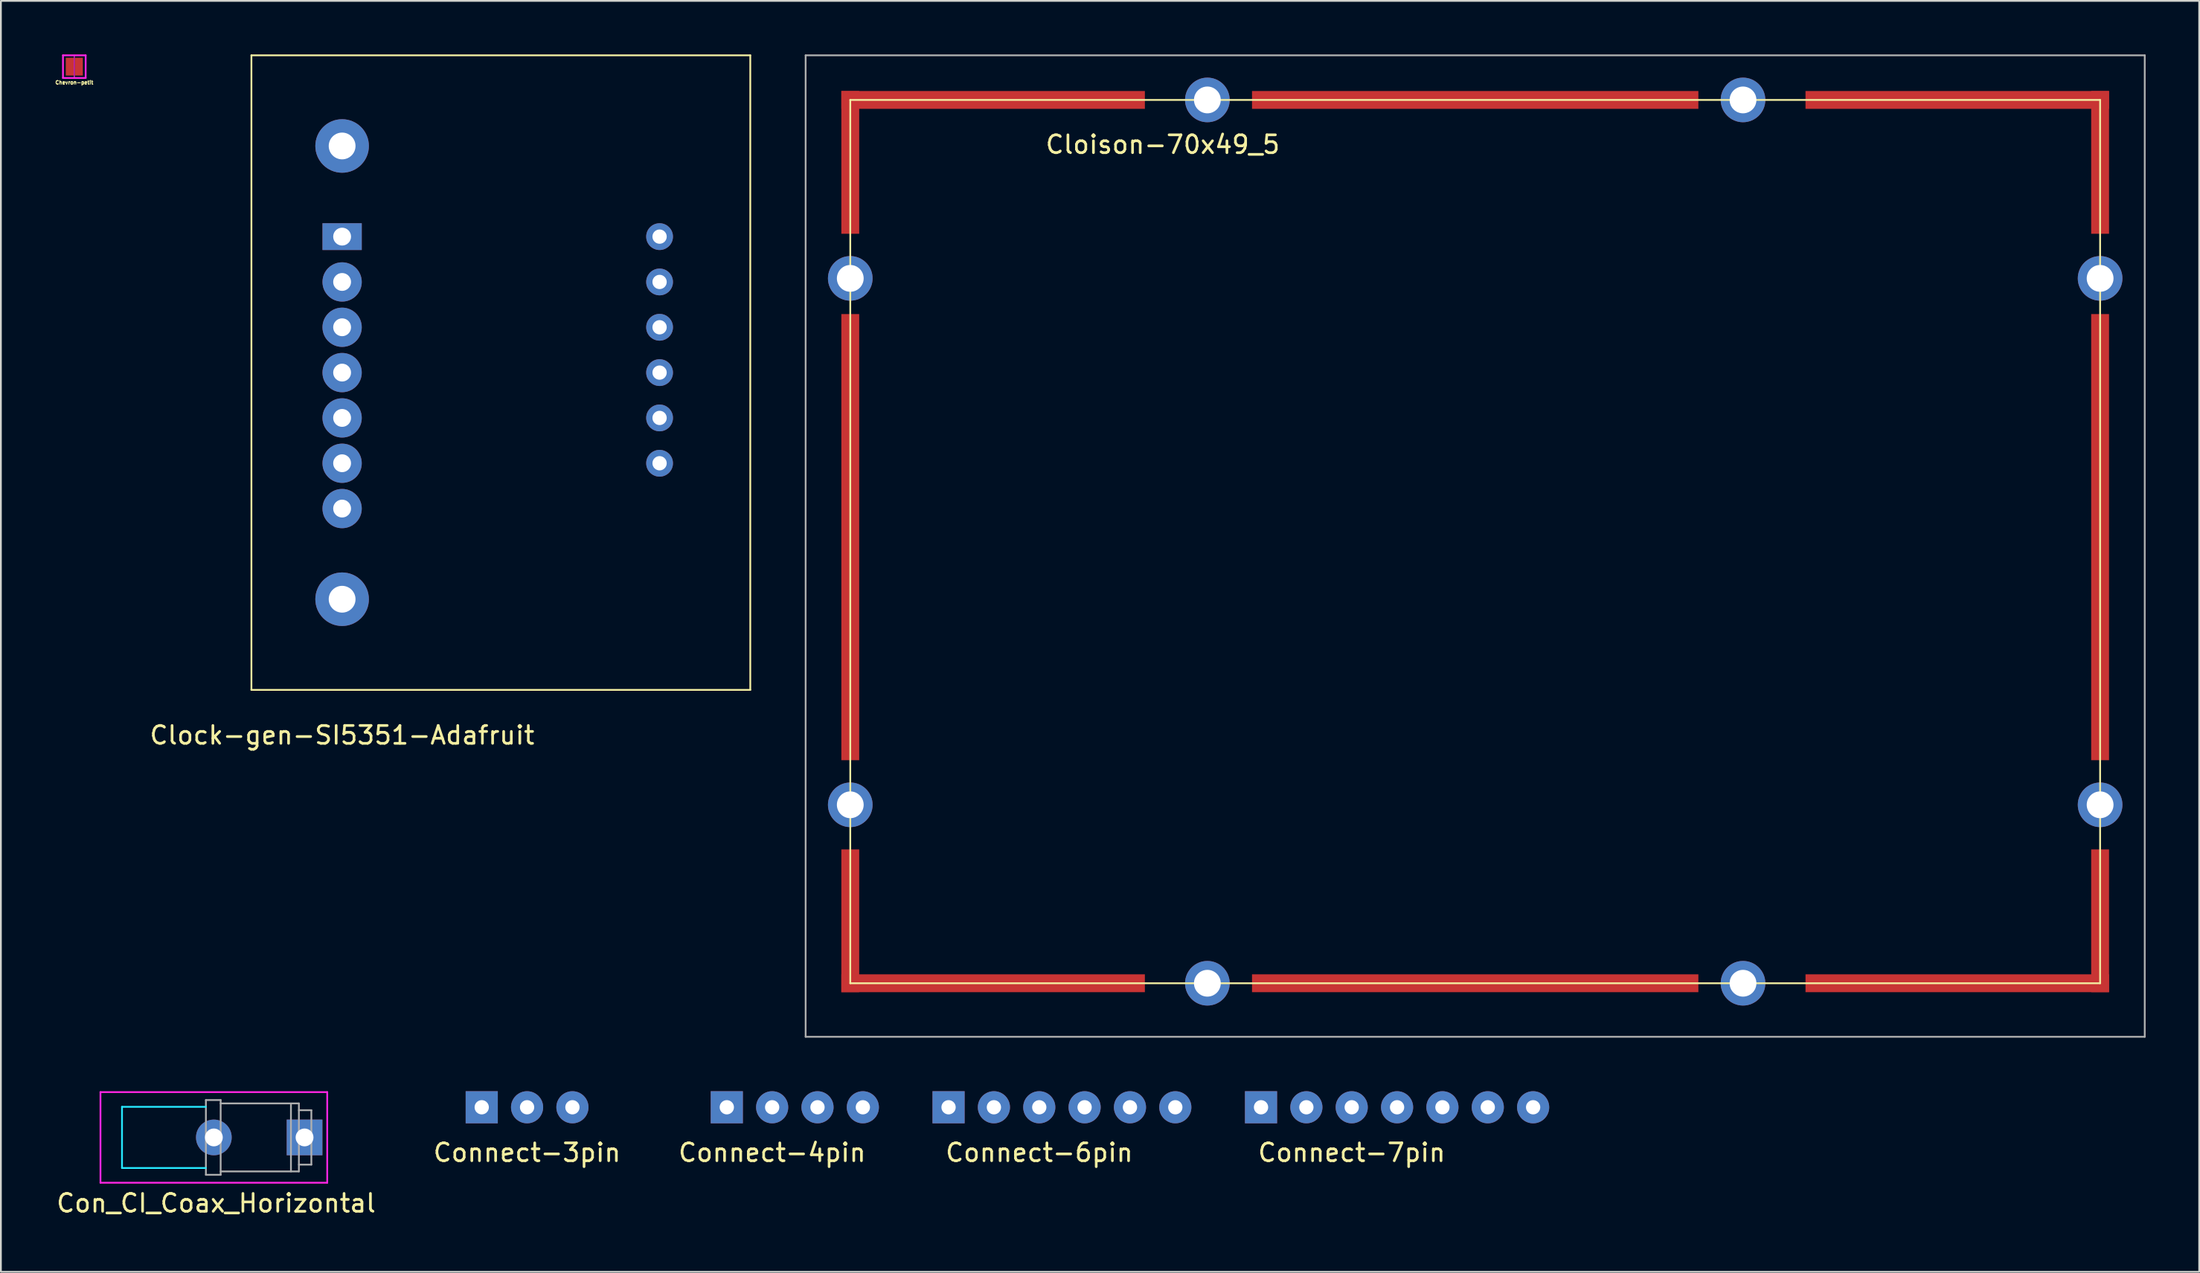
<source format=kicad_pcb>
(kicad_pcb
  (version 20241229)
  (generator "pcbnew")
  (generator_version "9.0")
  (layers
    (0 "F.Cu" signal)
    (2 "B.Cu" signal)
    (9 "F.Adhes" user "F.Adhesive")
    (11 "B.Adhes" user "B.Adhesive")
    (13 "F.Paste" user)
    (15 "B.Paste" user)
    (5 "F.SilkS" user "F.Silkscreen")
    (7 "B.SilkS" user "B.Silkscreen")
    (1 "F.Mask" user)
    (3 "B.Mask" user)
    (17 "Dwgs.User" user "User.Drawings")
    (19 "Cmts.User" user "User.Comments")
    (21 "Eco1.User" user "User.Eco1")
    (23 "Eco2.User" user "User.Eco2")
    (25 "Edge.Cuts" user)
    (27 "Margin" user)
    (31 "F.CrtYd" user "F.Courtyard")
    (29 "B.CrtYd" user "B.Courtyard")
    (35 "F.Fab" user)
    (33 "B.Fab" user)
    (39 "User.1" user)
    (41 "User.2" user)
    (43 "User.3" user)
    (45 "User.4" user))
  (footprint "Con_CI_Coax_Horizontal"
    (layer "F.Cu")
    (at 8.927 60.69)
    (property "Reference" "Con_CI_Coax_Horizontal" (at 0.127 3.683 0) (layer "F.SilkS") (effects (font (size 1 1) (thickness 0.15))))
    (attr through_hole)
    (fp_line (start -5.144 -1.714) (end -5.144 1.714) (stroke (width 0.1) (type solid)) (layer "B.CrtYd"))
    (fp_line (start -5.144 1.714) (end -0.445 1.714) (stroke (width 0.1) (type solid)) (layer "B.CrtYd"))
    (fp_line (start -0.445 -1.714) (end -5.144 -1.714) (stroke (width 0.1) (type solid)) (layer "B.CrtYd"))
    (fp_line (start -6.35 -2.54) (end 6.35 -2.54) (stroke (width 0.1) (type solid)) (layer "F.CrtYd"))
    (fp_line (start -6.35 2.54) (end -6.35 -2.54) (stroke (width 0.1) (type solid)) (layer "F.CrtYd"))
    (fp_line (start 6.35 -2.54) (end 6.35 2.54) (stroke (width 0.1) (type solid)) (layer "F.CrtYd"))
    (fp_line (start 6.35 2.54) (end -6.35 2.54) (stroke (width 0.1) (type solid)) (layer "F.CrtYd"))
    (fp_line (start -0.445 -2.095) (end 0.381 -2.095) (stroke (width 0.1) (type solid)) (layer "F.Fab"))
    (fp_line (start -0.445 2.095) (end -0.445 -2.095) (stroke (width 0.1) (type solid)) (layer "F.Fab"))
    (fp_line (start 0.381 -2.095) (end 0.381 2.095) (stroke (width 0.1) (type solid)) (layer "F.Fab"))
    (fp_line (start 0.381 -1.905) (end 4.763 -1.905) (stroke (width 0.1) (type solid)) (layer "F.Fab"))
    (fp_line (start 0.381 2.095) (end -0.445 2.095) (stroke (width 0.1) (type solid)) (layer "F.Fab"))
    (fp_line (start 4.318 -1.841) (end 4.318 1.905) (stroke (width 0.1) (type solid)) (layer "F.Fab"))
    (fp_line (start 4.763 -1.905) (end 4.763 1.905) (stroke (width 0.1) (type solid)) (layer "F.Fab"))
    (fp_line (start 4.763 -1.524) (end 5.461 -1.524) (stroke (width 0.1) (type solid)) (layer "F.Fab"))
    (fp_line (start 4.763 1.905) (end 0.381 1.905) (stroke (width 0.1) (type solid)) (layer "F.Fab"))
    (fp_line (start 5.461 -1.524) (end 5.461 1.524) (stroke (width 0.1) (type solid)) (layer "F.Fab"))
    (fp_line (start 5.461 1.524) (end 4.763 1.524) (stroke (width 0.1) (type solid)) (layer "F.Fab"))
    (pad "1" thru_hole rect (at 5.08 0) (size 2 2) (drill 1) (layers "*.Cu" "*.Mask"))
    (pad "2" thru_hole circle (at 0 0) (size 2 2) (drill 1) (layers "*.Cu" "*.Mask")))
  (footprint "Clock-gen-SI5351-Adafruit"
    (layer "F.Cu")
    (at 16.111 10.21)
    (property "Reference" "Clock-gen-SI5351-Adafruit" (at 0 27.94 0) (layer "F.SilkS") (effects (font (size 1 1) (thickness 0.15))))
    (attr through_hole)
    (fp_line (start -5.08 -10.16) (end 22.86 -10.16) (stroke (width 0.1) (type solid)) (layer "F.SilkS"))
    (fp_line (start -5.08 25.4) (end -5.08 -10.16) (stroke (width 0.1) (type solid)) (layer "F.SilkS"))
    (fp_line (start 22.86 -10.16) (end 22.86 25.4) (stroke (width 0.1) (type solid)) (layer "F.SilkS"))
    (fp_line (start 22.86 25.4) (end -5.08 25.4) (stroke (width 0.1) (type solid)) (layer "F.SilkS"))
    (pad "0" thru_hole rect (at 0 0) (size 2.2 1.5) (drill 1) (layers "*.Cu" "*.Mask"))
    (pad "1" thru_hole circle (at 0 2.54) (size 2.2 2.2) (drill 1) (layers "*.Cu" "*.Mask"))
    (pad "2" thru_hole circle (at 0 5.08) (size 2.2 2.2) (drill 1) (layers "*.Cu" "*.Mask"))
    (pad "3" thru_hole circle (at 0 7.62) (size 2.2 2.2) (drill 1) (layers "*.Cu" "*.Mask"))
    (pad "4" thru_hole circle (at 0 10.16) (size 2.2 2.2) (drill 1) (layers "*.Cu" "*.Mask"))
    (pad "5" thru_hole circle (at 0 12.7) (size 2.2 2.2) (drill 1) (layers "*.Cu" "*.Mask"))
    (pad "6" thru_hole circle (at 0 15.24) (size 2.2 2.2) (drill 1) (layers "*.Cu" "*.Mask"))
    (pad "7" thru_hole circle (at 17.78 0) (size 1.5 1.5) (drill 0.8) (layers "*.Cu" "*.Mask"))
    (pad "8" thru_hole circle (at 17.78 2.54) (size 1.5 1.5) (drill 0.8) (layers "*.Cu" "*.Mask"))
    (pad "9" thru_hole circle (at 17.78 5.08) (size 1.5 1.5) (drill 0.8) (layers "*.Cu" "*.Mask"))
    (pad "10" thru_hole circle (at 17.78 7.62) (size 1.5 1.5) (drill 0.8) (layers "*.Cu" "*.Mask"))
    (pad "11" thru_hole circle (at 17.78 10.16) (size 1.5 1.5) (drill 0.8) (layers "*.Cu" "*.Mask"))
    (pad "12" thru_hole circle (at 17.78 12.7) (size 1.5 1.5) (drill 0.8) (layers "*.Cu" "*.Mask"))
    (pad "GND" thru_hole circle (at 0 -5.08) (size 3 3) (drill 1.5) (layers "*.Cu" "*.Mask"))
    (pad "GND" thru_hole circle (at 0 20.32) (size 3 3) (drill 1.5) (layers "*.Cu" "*.Mask")))
  (footprint "Chevron-petit"
    (layer "F.Cu")
    (at 0.858 0.685)
    (property "Reference" "Chevron-petit" (at 0.254 0.889 0) (layer "F.SilkS") (effects (font (size 0.2 0.2) (thickness 0.05))))
    (attr through_hole)
    (fp_line (start -0.381 -0.635) (end 0.889 -0.635) (stroke (width 0.1) (type solid)) (layer "F.CrtYd"))
    (fp_line (start -0.381 0.635) (end -0.381 -0.635) (stroke (width 0.1) (type solid)) (layer "F.CrtYd"))
    (fp_line (start 0.254 -0.635) (end 0.254 0.635) (stroke (width 0.05) (type solid)) (layer "F.CrtYd"))
    (fp_line (start 0.889 -0.635) (end 0.889 0.635) (stroke (width 0.1) (type solid)) (layer "F.CrtYd"))
    (fp_line (start 0.889 0.635) (end -0.381 0.635) (stroke (width 0.1) (type solid)) (layer "F.CrtYd"))
    (pad "1" smd rect (at 0 0) (size 0.45 1) (layers "F.Cu" "F.Mask" "F.Paste"))
    (pad "2" smd rect (at 0.508 0) (size 0.45 1) (layers "F.Cu" "F.Mask" "F.Paste")))
  (footprint "Connect-6pin"
    (layer "F.Cu")
    (at 55.156 59)
    (property "Reference" "Connect-6pin" (at 0 2.54 0) (layer "F.SilkS") (effects (font (size 1 1) (thickness 0.15))))
    (attr through_hole)
    (pad "1" thru_hole rect (at -5.08 0) (size 1.8 1.8) (drill 0.8) (layers "*.Cu" "*.Mask"))
    (pad "2" thru_hole circle (at -2.54 0) (size 1.8 1.8) (drill 0.8) (layers "*.Cu" "*.Mask"))
    (pad "3" thru_hole circle (at 0 0) (size 1.8 1.8) (drill 0.8) (layers "*.Cu" "*.Mask"))
    (pad "4" thru_hole circle (at 2.54 0) (size 1.8 1.8) (drill 0.8) (layers "*.Cu" "*.Mask"))
    (pad "5" thru_hole circle (at 5.08 0) (size 1.8 1.8) (drill 0.8) (layers "*.Cu" "*.Mask"))
    (pad "6" thru_hole circle (at 7.62 0) (size 1.8 1.8) (drill 0.8) (layers "*.Cu" "*.Mask")))
  (footprint "Connect-4pin"
    (layer "F.Cu")
    (at 40.196 59)
    (property "Reference" "Connect-4pin" (at 0 2.54 0) (layer "F.SilkS") (effects (font (size 1 1) (thickness 0.15))))
    (attr through_hole)
    (pad "1" thru_hole rect (at -2.54 0) (size 1.8 1.8) (drill 0.8) (layers "*.Cu" "*.Mask"))
    (pad "2" thru_hole circle (at 0 0) (size 1.8 1.8) (drill 0.8) (layers "*.Cu" "*.Mask"))
    (pad "3" thru_hole circle (at 2.54 0) (size 1.8 1.8) (drill 0.8) (layers "*.Cu" "*.Mask"))
    (pad "4" thru_hole circle (at 5.08 0) (size 1.8 1.8) (drill 0.8) (layers "*.Cu" "*.Mask")))
  (footprint "Cloison-70x49_5"
    (layer "F.Cu")
    (at 44.571 2.55)
    (property "Reference" "Cloison-70x49_5" (at 17.5 2.5 0) (layer "F.SilkS") (effects (font (size 1 1) (thickness 0.15))))
    (attr through_hole)
    (fp_line (start 0 0) (end 70 0) (stroke (width 0.1) (type solid)) (layer "F.SilkS"))
    (fp_line (start 0 49.5) (end 0 0) (stroke (width 0.1) (type solid)) (layer "F.SilkS"))
    (fp_line (start 70 0) (end 70 49.5) (stroke (width 0.1) (type solid)) (layer "F.SilkS"))
    (fp_line (start 70 49.5) (end 0 49.5) (stroke (width 0.1) (type solid)) (layer "F.SilkS"))
    (fp_line (start -2.5 -2.5) (end 72.5 -2.5) (stroke (width 0.1) (type solid)) (layer "F.Fab"))
    (fp_line (start -2.5 52.5) (end -2.5 -2.5) (stroke (width 0.1) (type solid)) (layer "F.Fab"))
    (fp_line (start 72.5 -2.5) (end 72.5 52.5) (stroke (width 0.1) (type solid)) (layer "F.Fab"))
    (fp_line (start 72.5 52.5) (end -2.5 52.5) (stroke (width 0.1) (type solid)) (layer "F.Fab"))
    (pad "1" smd custom (at 0 3.5) (size 1 8) (layers "F.Cu" "F.Mask" "F.Paste") (options (anchor rect)) (primitives))
    (pad "1" thru_hole circle (at 0 10) (size 2.5 2.5) (drill 1.5) (layers "*.Cu" "*.Mask"))
    (pad "1" smd custom (at 0 24.5) (size 1 25) (layers "F.Cu" "F.Mask" "F.Paste") (options (anchor rect)) (primitives))
    (pad "1" thru_hole circle (at 0 39.5) (size 2.5 2.5) (drill 1.5) (layers "*.Cu" "*.Mask"))
    (pad "1" smd custom (at 0 46) (size 1 8) (layers "F.Cu" "F.Mask" "F.Paste") (options (anchor rect)) (primitives))
    (pad "1" smd custom (at 8 0) (size 17 1) (layers "F.Cu" "F.Mask" "F.Paste") (options (anchor rect)) (primitives))
    (pad "1" smd custom (at 8 49.5) (size 17 1) (layers "F.Cu" "F.Mask" "F.Paste") (options (anchor rect)) (primitives))
    (pad "1" thru_hole circle (at 20 0) (size 2.5 2.5) (drill 1.5) (layers "*.Cu" "*.Mask"))
    (pad "1" thru_hole circle (at 20 49.5) (size 2.5 2.5) (drill 1.5) (layers "*.Cu" "*.Mask"))
    (pad "1" smd custom (at 35 0) (size 25 1) (layers "F.Cu" "F.Mask" "F.Paste") (options (anchor rect)) (primitives))
    (pad "1" smd custom (at 35 49.5) (size 25 1) (layers "F.Cu" "F.Mask" "F.Paste") (options (anchor rect)) (primitives))
    (pad "1" thru_hole circle (at 50 0) (size 2.5 2.5) (drill 1.5) (layers "*.Cu" "*.Mask"))
    (pad "1" thru_hole circle (at 50 49.5) (size 2.5 2.5) (drill 1.5) (layers "*.Cu" "*.Mask"))
    (pad "1" smd custom (at 62 0) (size 17 1) (layers "F.Cu" "F.Mask" "F.Paste") (options (anchor rect)) (primitives))
    (pad "1" smd custom (at 62 49.5) (size 17 1) (layers "F.Cu" "F.Mask" "F.Paste") (options (anchor rect)) (primitives))
    (pad "1" smd custom (at 70 3.5) (size 1 8) (layers "F.Cu" "F.Mask" "F.Paste") (options (anchor rect)) (primitives))
    (pad "1" thru_hole circle (at 70 10) (size 2.5 2.5) (drill 1.5) (layers "*.Cu" "*.Mask"))
    (pad "1" smd custom (at 70 24.5) (size 1 25) (layers "F.Cu" "F.Mask" "F.Paste") (options (anchor rect)) (primitives))
    (pad "1" thru_hole circle (at 70 39.5) (size 2.5 2.5) (drill 1.5) (layers "*.Cu" "*.Mask"))
    (pad "1" smd custom (at 70 46) (size 1 8) (layers "F.Cu" "F.Mask" "F.Paste") (options (anchor rect)) (primitives)))
  (footprint "Connect-7pin"
    (layer "F.Cu")
    (at 72.656 59)
    (property "Reference" "Connect-7pin" (at 0 2.54 0) (layer "F.SilkS") (effects (font (size 1 1) (thickness 0.15))))
    (attr through_hole)
    (pad "1" thru_hole rect (at -5.08 0) (size 1.8 1.8) (drill 0.8) (layers "*.Cu" "*.Mask"))
    (pad "2" thru_hole circle (at -2.54 0) (size 1.8 1.8) (drill 0.8) (layers "*.Cu" "*.Mask"))
    (pad "3" thru_hole circle (at 0 0) (size 1.8 1.8) (drill 0.8) (layers "*.Cu" "*.Mask"))
    (pad "4" thru_hole circle (at 2.54 0) (size 1.8 1.8) (drill 0.8) (layers "*.Cu" "*.Mask"))
    (pad "5" thru_hole circle (at 5.08 0) (size 1.8 1.8) (drill 0.8) (layers "*.Cu" "*.Mask"))
    (pad "6" thru_hole circle (at 7.62 0) (size 1.8 1.8) (drill 0.8) (layers "*.Cu" "*.Mask"))
    (pad "7" thru_hole circle (at 10.16 0) (size 1.8 1.8) (drill 0.8) (layers "*.Cu" "*.Mask")))
  (footprint "Connect-3pin"
    (layer "F.Cu")
    (at 26.47 59)
    (property "Reference" "Connect-3pin" (at 0 2.54 0) (layer "F.SilkS") (effects (font (size 1 1) (thickness 0.15))))
    (attr through_hole)
    (pad "1" thru_hole rect (at -2.54 0) (size 1.8 1.8) (drill 0.8) (layers "*.Cu" "*.Mask"))
    (pad "2" thru_hole circle (at 0 0) (size 1.8 1.8) (drill 0.8) (layers "*.Cu" "*.Mask"))
    (pad "3" thru_hole circle (at 2.54 0) (size 1.8 1.8) (drill 0.8) (layers "*.Cu" "*.Mask")))
  (gr_rect
    (start -3 -3)
    (end 120.121 68.221)
    (stroke (width 0.1) (type default))
    (fill no)
    (layer "Edge.Cuts")))
</source>
